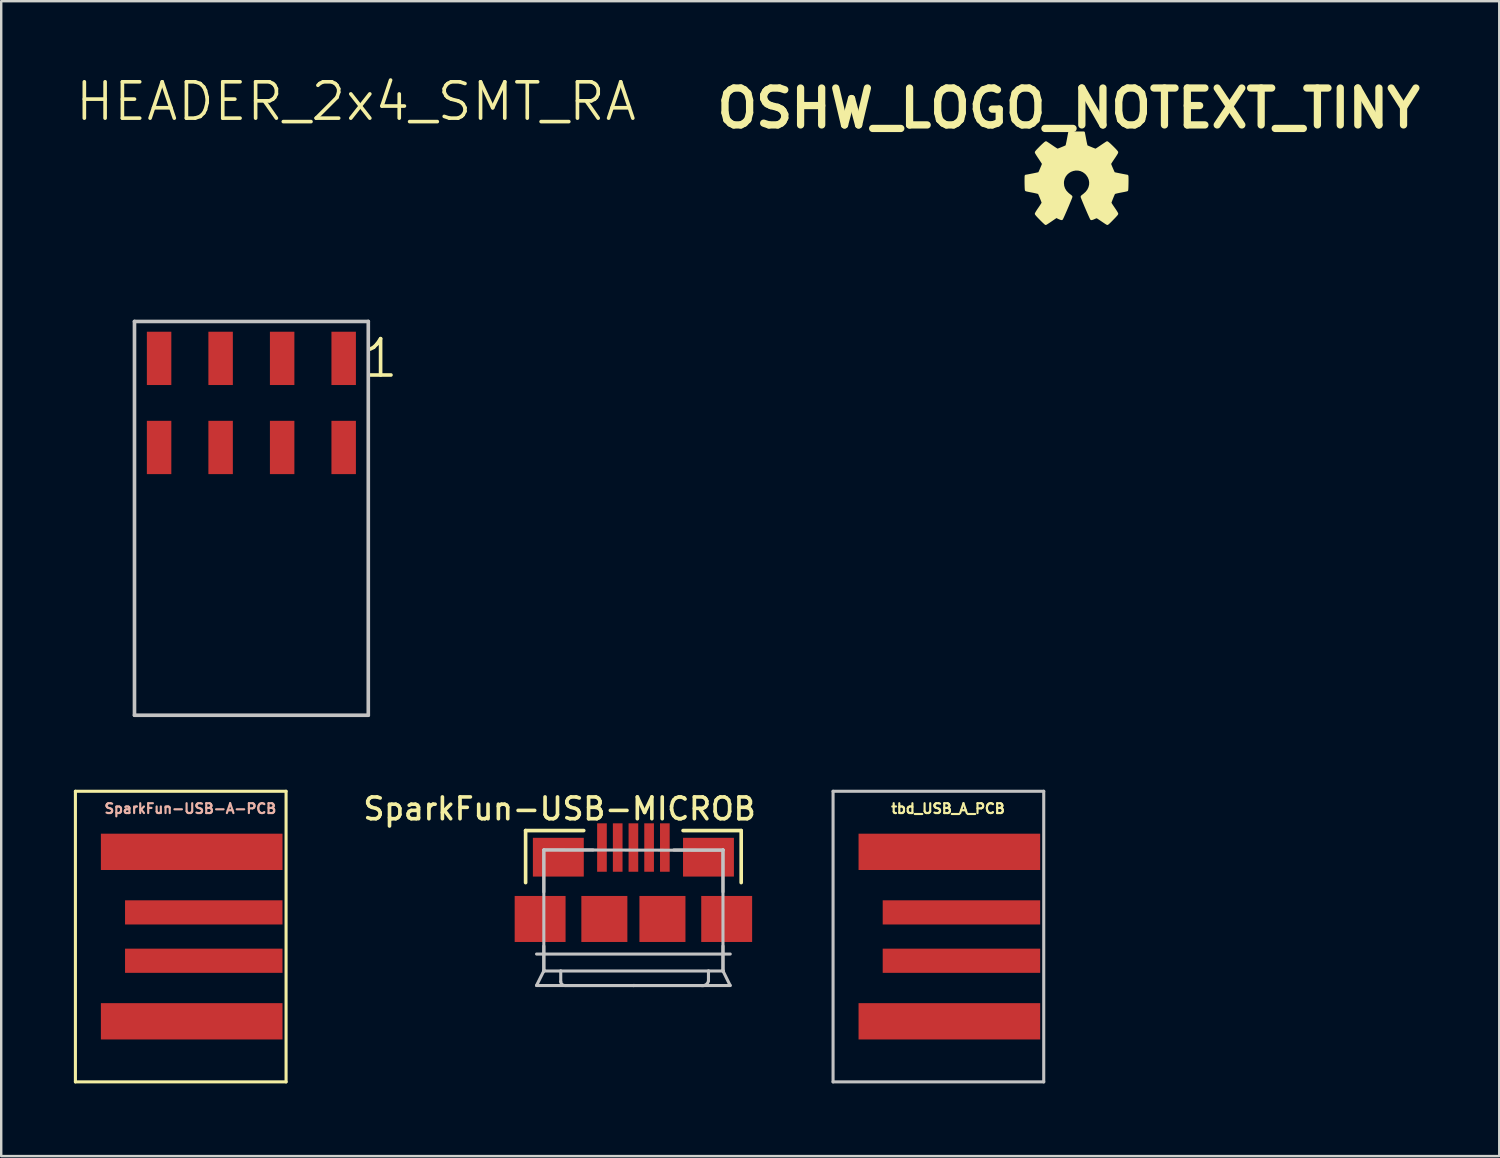
<source format=kicad_pcb>
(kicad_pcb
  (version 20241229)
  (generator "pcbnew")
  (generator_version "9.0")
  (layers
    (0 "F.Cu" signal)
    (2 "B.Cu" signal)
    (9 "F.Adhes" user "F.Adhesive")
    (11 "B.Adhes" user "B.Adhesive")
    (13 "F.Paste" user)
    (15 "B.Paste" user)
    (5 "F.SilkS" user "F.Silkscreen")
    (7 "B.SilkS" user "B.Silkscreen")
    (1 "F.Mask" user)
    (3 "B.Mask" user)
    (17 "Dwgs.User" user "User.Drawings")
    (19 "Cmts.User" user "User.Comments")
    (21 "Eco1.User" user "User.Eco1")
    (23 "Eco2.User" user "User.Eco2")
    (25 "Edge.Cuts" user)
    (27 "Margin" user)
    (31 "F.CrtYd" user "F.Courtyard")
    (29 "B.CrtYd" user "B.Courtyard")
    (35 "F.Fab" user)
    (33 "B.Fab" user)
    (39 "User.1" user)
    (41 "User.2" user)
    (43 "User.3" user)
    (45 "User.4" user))
  (footprint "SparkFun-USB-A-PCB"
    (layer "F.Cu")
    (at 5.062 35.615)
    (property "Reference" "SparkFun-USB-A-PCB" (at -0.254 -5.283 0) (layer "B.SilkS") (effects (font (size 0.406 0.406) (thickness 0.089))))
    (attr smd)
    (fp_line (start -4.999 -5.999) (end 3.698 -5.999) (stroke (width 0.127) (type solid)) (layer "F.SilkS"))
    (fp_line (start -4.999 5.999) (end -4.999 -5.999) (stroke (width 0.127) (type solid)) (layer "F.SilkS"))
    (fp_line (start 3.698 -5.999) (end 3.698 5.999) (stroke (width 0.127) (type solid)) (layer "F.SilkS"))
    (fp_line (start 3.698 5.999) (end -4.999 5.999) (stroke (width 0.127) (type solid)) (layer "F.SilkS"))
    (pad "5V" smd rect (at -0.198 3.498) (size 7.498 1.499) (layers "F.Cu" "F.Mask" "F.Paste"))
    (pad "DN" smd rect (at 0.3 0.998) (size 6.5 0.998) (layers "F.Cu" "F.Mask" "F.Paste"))
    (pad "DP" smd rect (at 0.3 -0.998) (size 6.5 0.998) (layers "F.Cu" "F.Mask" "F.Paste"))
    (pad "GND" smd rect (at -0.198 -3.498) (size 7.498 1.499) (layers "F.Cu" "F.Mask" "F.Paste")))
  (footprint "OSHW_LOGO_NOTEXT_TINY"
    (layer "F.Cu")
    (at 41.386 4.339)
    (property "Reference" "OSHW_LOGO_NOTEXT_TINY" (at -0.318 -2.921 0) (layer "F.SilkS") (effects (font (size 1.524 1.524) (thickness 0.3))))
    (attr through_hole)
    (fp_poly (pts (xy 2.104 0.045) (xy 2.103 0.12) (xy 2.102 0.199) (xy 2.1 0.275) (xy 2.098 0.344) (xy 2.095 0.401) (xy 2.092 0.441) (xy 2.089 0.458) (xy 2.089 0.459) (xy 2.071 0.464) (xy 2.03 0.473) (xy 1.971 0.486) (xy 1.898 0.5) (xy 1.826 0.514) (xy 1.744 0.53) (xy 1.671 0.546) (xy 1.613 0.561) (xy 1.575 0.573) (xy 1.56 0.58) (xy 1.549 0.6) (xy 1.53 0.64) (xy 1.506 0.695) (xy 1.48 0.758) (xy 1.454 0.823) (xy 1.43 0.884) (xy 1.411 0.936) (xy 1.4 0.973) (xy 1.397 0.985) (xy 1.405 1.003) (xy 1.426 1.039) (xy 1.458 1.09) (xy 1.499 1.151) (xy 1.538 1.209) (xy 1.584 1.276) (xy 1.624 1.338) (xy 1.655 1.388) (xy 1.674 1.423) (xy 1.679 1.437) (xy 1.67 1.453) (xy 1.644 1.484) (xy 1.605 1.528) (xy 1.557 1.58) (xy 1.503 1.635) (xy 1.448 1.692) (xy 1.395 1.745) (xy 1.348 1.791) (xy 1.31 1.825) (xy 1.286 1.845) (xy 1.279 1.849) (xy 1.264 1.841) (xy 1.23 1.82) (xy 1.181 1.788) (xy 1.121 1.748) (xy 1.071 1.714) (xy 1.005 1.669) (xy 0.945 1.629) (xy 0.897 1.597) (xy 0.864 1.577) (xy 0.852 1.571) (xy 0.829 1.573) (xy 0.789 1.585) (xy 0.74 1.606) (xy 0.734 1.609) (xy 0.685 1.63) (xy 0.644 1.644) (xy 0.62 1.648) (xy 0.618 1.648) (xy 0.61 1.634) (xy 0.592 1.598) (xy 0.567 1.543) (xy 0.535 1.472) (xy 0.499 1.391) (xy 0.46 1.301) (xy 0.42 1.207) (xy 0.379 1.112) (xy 0.341 1.02) (xy 0.305 0.935) (xy 0.274 0.86) (xy 0.25 0.799) (xy 0.233 0.755) (xy 0.226 0.733) (xy 0.226 0.731) (xy 0.236 0.719) (xy 0.265 0.695) (xy 0.305 0.664) (xy 0.324 0.65) (xy 0.422 0.561) (xy 0.497 0.461) (xy 0.548 0.353) (xy 0.576 0.24) (xy 0.579 0.125) (xy 0.557 0.012) (xy 0.511 -0.097) (xy 0.44 -0.199) (xy 0.389 -0.252) (xy 0.292 -0.324) (xy 0.187 -0.372) (xy 0.079 -0.396) (xy -0.031 -0.398) (xy -0.138 -0.379) (xy -0.24 -0.341) (xy -0.334 -0.285) (xy -0.415 -0.213) (xy -0.482 -0.125) (xy -0.531 -0.024) (xy -0.559 0.09) (xy -0.564 0.169) (xy -0.551 0.295) (xy -0.511 0.412) (xy -0.446 0.519) (xy -0.354 0.614) (xy -0.31 0.65) (xy -0.266 0.683) (xy -0.232 0.711) (xy -0.213 0.728) (xy -0.212 0.731) (xy -0.217 0.75) (xy -0.232 0.79) (xy -0.255 0.849) (xy -0.285 0.921) (xy -0.32 1.005) (xy -0.358 1.096) (xy -0.399 1.191) (xy -0.439 1.285) (xy -0.479 1.376) (xy -0.515 1.459) (xy -0.548 1.532) (xy -0.574 1.59) (xy -0.594 1.629) (xy -0.604 1.647) (xy -0.604 1.648) (xy -0.626 1.645) (xy -0.665 1.632) (xy -0.713 1.611) (xy -0.725 1.606) (xy -0.826 1.556) (xy -1.039 1.702) (xy -1.108 1.749) (xy -1.169 1.789) (xy -1.218 1.821) (xy -1.251 1.842) (xy -1.265 1.849) (xy -1.279 1.839) (xy -1.308 1.812) (xy -1.352 1.772) (xy -1.405 1.72) (xy -1.465 1.661) (xy -1.471 1.654) (xy -1.531 1.593) (xy -1.584 1.537) (xy -1.626 1.49) (xy -1.654 1.456) (xy -1.665 1.437) (xy -1.665 1.437) (xy -1.657 1.418) (xy -1.636 1.38) (xy -1.604 1.328) (xy -1.563 1.265) (xy -1.524 1.209) (xy -1.478 1.141) (xy -1.439 1.081) (xy -1.408 1.032) (xy -1.388 0.998) (xy -1.383 0.985) (xy -1.388 0.964) (xy -1.402 0.922) (xy -1.423 0.866) (xy -1.448 0.803) (xy -1.474 0.738) (xy -1.5 0.677) (xy -1.522 0.626) (xy -1.539 0.592) (xy -1.546 0.58) (xy -1.566 0.571) (xy -1.608 0.559) (xy -1.669 0.544) (xy -1.744 0.527) (xy -1.812 0.514) (xy -1.893 0.498) (xy -1.964 0.484) (xy -2.022 0.472) (xy -2.06 0.463) (xy -2.074 0.459) (xy -2.078 0.443) (xy -2.081 0.405) (xy -2.084 0.35) (xy -2.086 0.281) (xy -2.088 0.205) (xy -2.089 0.127) (xy -2.089 0.051) (xy -2.089 -0.018) (xy -2.088 -0.073) (xy -2.086 -0.111) (xy -2.084 -0.127) (xy -2.083 -0.127) (xy -2.061 -0.13) (xy -2.018 -0.137) (xy -1.959 -0.148) (xy -1.89 -0.161) (xy -1.815 -0.176) (xy -1.739 -0.191) (xy -1.668 -0.206) (xy -1.608 -0.219) (xy -1.563 -0.229) (xy -1.538 -0.236) (xy -1.535 -0.237) (xy -1.525 -0.255) (xy -1.507 -0.292) (xy -1.483 -0.344) (xy -1.457 -0.405) (xy -1.43 -0.468) (xy -1.405 -0.527) (xy -1.385 -0.578) (xy -1.372 -0.613) (xy -1.369 -0.626) (xy -1.376 -0.643) (xy -1.398 -0.679) (xy -1.43 -0.73) (xy -1.471 -0.792) (xy -1.517 -0.861) (xy -1.564 -0.931) (xy -1.605 -0.994) (xy -1.637 -1.046) (xy -1.658 -1.082) (xy -1.665 -1.1) (xy -1.656 -1.118) (xy -1.629 -1.15) (xy -1.59 -1.194) (xy -1.541 -1.245) (xy -1.487 -1.3) (xy -1.431 -1.355) (xy -1.377 -1.407) (xy -1.328 -1.451) (xy -1.289 -1.485) (xy -1.262 -1.504) (xy -1.254 -1.507) (xy -1.236 -1.497) (xy -1.2 -1.473) (xy -1.148 -1.439) (xy -1.086 -1.397) (xy -1.016 -1.349) (xy -0.947 -1.302) (xy -0.885 -1.261) (xy -0.834 -1.229) (xy -0.799 -1.207) (xy -0.783 -1.199) (xy -0.783 -1.199) (xy -0.763 -1.205) (xy -0.723 -1.219) (xy -0.67 -1.239) (xy -0.609 -1.263) (xy -0.547 -1.289) (xy -0.489 -1.313) (xy -0.442 -1.334) (xy -0.412 -1.349) (xy -0.404 -1.354) (xy -0.398 -1.372) (xy -0.387 -1.412) (xy -0.374 -1.472) (xy -0.358 -1.546) (xy -0.342 -1.629) (xy -0.34 -1.64) (xy -0.289 -1.912) (xy 0.007 -1.912) (xy 0.303 -1.912) (xy 0.354 -1.64) (xy 0.37 -1.555) (xy 0.386 -1.48) (xy 0.4 -1.418) (xy 0.411 -1.375) (xy 0.418 -1.355) (xy 0.418 -1.354) (xy 0.436 -1.344) (xy 0.474 -1.326) (xy 0.526 -1.304) (xy 0.586 -1.279) (xy 0.649 -1.253) (xy 0.707 -1.23) (xy 0.755 -1.212) (xy 0.788 -1.201) (xy 0.797 -1.199) (xy 0.813 -1.207) (xy 0.848 -1.228) (xy 0.899 -1.261) (xy 0.961 -1.302) (xy 1.03 -1.349) (xy 1.03 -1.349) (xy 1.1 -1.397) (xy 1.163 -1.439) (xy 1.215 -1.473) (xy 1.251 -1.497) (xy 1.268 -1.507) (xy 1.283 -1.499) (xy 1.314 -1.475) (xy 1.357 -1.438) (xy 1.408 -1.39) (xy 1.463 -1.337) (xy 1.519 -1.282) (xy 1.572 -1.228) (xy 1.618 -1.179) (xy 1.653 -1.138) (xy 1.675 -1.11) (xy 1.679 -1.1) (xy 1.672 -1.082) (xy 1.65 -1.044) (xy 1.618 -0.992) (xy 1.577 -0.929) (xy 1.531 -0.861) (xy 1.484 -0.791) (xy 1.443 -0.729) (xy 1.411 -0.678) (xy 1.39 -0.642) (xy 1.383 -0.626) (xy 1.388 -0.607) (xy 1.403 -0.568) (xy 1.424 -0.515) (xy 1.45 -0.454) (xy 1.477 -0.391) (xy 1.503 -0.332) (xy 1.525 -0.283) (xy 1.542 -0.249) (xy 1.549 -0.237) (xy 1.565 -0.232) (xy 1.603 -0.223) (xy 1.658 -0.211) (xy 1.725 -0.197) (xy 1.8 -0.182) (xy 1.876 -0.167) (xy 1.948 -0.153) (xy 2.012 -0.141) (xy 2.061 -0.132) (xy 2.092 -0.127) (xy 2.097 -0.127) (xy 2.1 -0.114) (xy 2.102 -0.077) (xy 2.103 -0.023) (xy 2.104 0.045)) (stroke (width 0.1) (type solid)) (fill yes) (layer "F.SilkS")))
  (footprint "tbd_USB_A_PCB"
    (layer "F.Cu")
    (at 36.341 35.615)
    (property "Reference" "tbd_USB_A_PCB" (at -0.254 -5.283 0) (layer "F.SilkS") (effects (font (size 0.406 0.406) (thickness 0.089))))
    (attr smd)
    (fp_line (start -4.999 -5.999) (end 3.698 -5.999) (stroke (width 0.127) (type solid)) (layer "Dwgs.User"))
    (fp_line (start -4.999 5.999) (end -4.999 -5.999) (stroke (width 0.127) (type solid)) (layer "Dwgs.User"))
    (fp_line (start 3.698 -5.999) (end 3.698 5.999) (stroke (width 0.127) (type solid)) (layer "Dwgs.User"))
    (fp_line (start 3.698 5.999) (end -4.999 5.999) (stroke (width 0.127) (type solid)) (layer "Dwgs.User"))
    (pad "5V" smd rect (at -0.198 3.498) (size 7.498 1.499) (layers "F.Cu" "F.Mask" "F.Paste"))
    (pad "DN" smd rect (at 0.3 0.998) (size 6.5 0.998) (layers "F.Cu" "F.Mask" "F.Paste"))
    (pad "DP" smd rect (at 0.3 -0.998) (size 6.5 0.998) (layers "F.Cu" "F.Mask" "F.Paste"))
    (pad "GND" smd rect (at -0.198 -3.498) (size 7.498 1.499) (layers "F.Cu" "F.Mask" "F.Paste")))
  (footprint "SparkFun-USB-MICROB"
    (layer "F.Cu")
    (at 23.099 34.888)
    (property "Reference" "SparkFun-USB-MICROB" (at -3.048 -4.547 0) (layer "F.SilkS") (effects (font (size 0.899 0.899) (thickness 0.15))))
    (attr smd)
    (fp_line (start -4.45 -3.65) (end -4.45 -1.501) (stroke (width 0.15) (type solid)) (layer "F.SilkS"))
    (fp_line (start -2.05 -3.65) (end -4.45 -3.65) (stroke (width 0.15) (type solid)) (layer "F.SilkS"))
    (fp_line (start 2.05 -3.65) (end 4.45 -3.65) (stroke (width 0.15) (type solid)) (layer "F.SilkS"))
    (fp_line (start 4.45 -3.65) (end 4.45 -1.501) (stroke (width 0.15) (type solid)) (layer "F.SilkS"))
    (fp_line (start -3.998 1.448) (end 3.998 1.448) (stroke (width 0.127) (type solid)) (layer "Dwgs.User"))
    (fp_line (start -3.998 2.748) (end 3.998 2.748) (stroke (width 0.127) (type solid)) (layer "Dwgs.User"))
    (fp_line (start -3.698 -2.85) (end -3.698 -1.115) (stroke (width 0.127) (type solid)) (layer "Dwgs.User"))
    (fp_line (start -3.698 -2.85) (end -1.669 -2.85) (stroke (width 0.127) (type solid)) (layer "Dwgs.User"))
    (fp_line (start -3.698 -2.85) (end 3.698 -2.835) (stroke (width 0.127) (type solid)) (layer "Dwgs.User"))
    (fp_line (start -3.698 2.149) (end -3.698 -2.85) (stroke (width 0.127) (type solid)) (layer "Dwgs.User"))
    (fp_line (start -3.698 2.149) (end -3.698 1.118) (stroke (width 0.127) (type solid)) (layer "Dwgs.User"))
    (fp_line (start -3.683 2.113) (end -3.998 2.743) (stroke (width 0.127) (type solid)) (layer "Dwgs.User"))
    (fp_line (start -3 2.149) (end -3.698 2.149) (stroke (width 0.127) (type solid)) (layer "Dwgs.User"))
    (fp_line (start -3 2.149) (end -3 2.583) (stroke (width 0.127) (type solid)) (layer "Dwgs.User"))
    (fp_line (start -2.819 2.748) (end 0 2.748) (stroke (width 0.127) (type solid)) (layer "Dwgs.User"))
    (fp_line (start 2.819 2.748) (end 0 2.748) (stroke (width 0.127) (type solid)) (layer "Dwgs.User"))
    (fp_line (start 3.099 2.149) (end -3 2.149) (stroke (width 0.127) (type solid)) (layer "Dwgs.User"))
    (fp_line (start 3.099 2.149) (end 3.099 2.553) (stroke (width 0.127) (type solid)) (layer "Dwgs.User"))
    (fp_line (start 3.688 2.123) (end 3.993 2.743) (stroke (width 0.127) (type solid)) (layer "Dwgs.User"))
    (fp_line (start 3.698 -2.85) (end 1.669 -2.85) (stroke (width 0.127) (type solid)) (layer "Dwgs.User"))
    (fp_line (start 3.698 -2.85) (end 3.698 -1.12) (stroke (width 0.127) (type solid)) (layer "Dwgs.User"))
    (fp_line (start 3.698 2.149) (end 3.099 2.149) (stroke (width 0.127) (type solid)) (layer "Dwgs.User"))
    (fp_line (start 3.698 2.149) (end 3.698 -2.85) (stroke (width 0.127) (type solid)) (layer "Dwgs.User"))
    (fp_line (start 3.698 2.149) (end 3.698 1.118) (stroke (width 0.127) (type solid)) (layer "Dwgs.User"))
    (fp_line (start 3.708 -2.85) (end 3.698 -2.85) (stroke (width 0.127) (type solid)) (layer "Dwgs.User"))
    (fp_line (start 3.708 2.144) (end 3.698 2.149) (stroke (width 0.127) (type solid)) (layer "Dwgs.User"))
    (fp_arc (start -2.8194 2.74828) (mid -2.943763 2.70308) (end -2.99974 2.58318) (stroke (width 0.127) (type solid)) (layer "Dwgs.User"))
    (fp_arc (start 0.02286 2.7432) (mid 0.011212 2.751001) (end -0.00254 2.74828) (stroke (width 0.127) (type solid)) (layer "Dwgs.User"))
    (fp_arc (start 3.0988 2.5527) (mid 3.000132 2.709626) (end 2.8194 2.75082) (stroke (width 0.127) (type solid)) (layer "Dwgs.User"))
    (pad "D+" smd rect (at 0 -2.949) (size 0.399 1.999) (layers "F.Cu" "F.Mask" "F.Paste"))
    (pad "D-" smd rect (at -0.648 -2.949) (size 0.399 1.999) (layers "F.Cu" "F.Mask" "F.Paste"))
    (pad "GND" smd rect (at 1.298 -2.949) (size 0.399 1.999) (layers "F.Cu" "F.Mask" "F.Paste"))
    (pad "ID" smd rect (at 0.648 -2.949) (size 0.399 1.999) (layers "F.Cu" "F.Mask" "F.Paste"))
    (pad "MTN1" smd rect (at -3.099 -2.55) (size 2.101 1.6) (layers "F.Cu" "F.Mask" "F.Paste"))
    (pad "MTN2" smd rect (at -3.851 0) (size 2.101 1.9) (layers "F.Cu" "F.Mask" "F.Paste"))
    (pad "MTN3" smd rect (at 3.099 -2.55) (size 2.101 1.6) (layers "F.Cu" "F.Mask" "F.Paste"))
    (pad "MTN4" smd rect (at 3.851 0) (size 2.101 1.9) (layers "F.Cu" "F.Mask" "F.Paste"))
    (pad "MTN5" smd rect (at -1.199 0) (size 1.9 1.9) (layers "F.Cu" "F.Mask" "F.Paste"))
    (pad "MTN6" smd rect (at 1.199 0) (size 1.9 1.9) (layers "F.Cu" "F.Mask" "F.Paste"))
    (pad "VBUS" smd rect (at -1.298 -2.949) (size 0.399 1.999) (layers "F.Cu" "F.Mask" "F.Paste")))
  (footprint "HEADER_2x4_SMT_RA"
    (layer "F.Cu")
    (at 11.138 11.745)
    (property "Reference" "HEADER_2x4_SMT_RA" (at 0.508 -10.604 0) (layer "F.SilkS") (effects (font (size 1.5 1.5) (thickness 0.15))))
    (attr through_hole)
    (fp_line (start -8.636 -1.524) (end 1.016 -1.524) (stroke (width 0.15) (type solid)) (layer "Dwgs.User"))
    (fp_line (start -8.636 14.732) (end -8.636 -1.524) (stroke (width 0.15) (type solid)) (layer "Dwgs.User"))
    (fp_line (start 1.016 -1.524) (end 1.016 14.732) (stroke (width 0.15) (type solid)) (layer "Dwgs.User"))
    (fp_line (start 1.016 14.732) (end -8.636 14.732) (stroke (width 0.15) (type solid)) (layer "Dwgs.User"))
    (fp_text user "1" (at 1.524 0 0) (layer "F.SilkS") (effects (font (size 1.5 1.5) (thickness 0.15))))
    (pad "1" smd rect (at 0 0) (size 1.01 2.2) (layers "F.Cu" "F.Mask" "F.Paste"))
    (pad "2" smd rect (at 0 3.678) (size 1.01 2.2) (layers "F.Cu" "F.Mask" "F.Paste"))
    (pad "3" smd rect (at -2.54 0) (size 1.01 2.2) (layers "F.Cu" "F.Mask" "F.Paste"))
    (pad "4" smd rect (at -2.54 3.678) (size 1.01 2.2) (layers "F.Cu" "F.Mask" "F.Paste"))
    (pad "5" smd rect (at -5.08 0) (size 1.01 2.2) (layers "F.Cu" "F.Mask" "F.Paste"))
    (pad "6" smd rect (at -5.08 3.678) (size 1.01 2.2) (layers "F.Cu" "F.Mask" "F.Paste"))
    (pad "7" smd rect (at -7.62 0) (size 1.01 2.2) (layers "F.Cu" "F.Mask" "F.Paste"))
    (pad "8" smd rect (at -7.62 3.678) (size 1.01 2.2) (layers "F.Cu" "F.Mask" "F.Paste")))
  (gr_rect
    (start -3 -3)
    (end 58.844 44.678)
    (stroke (width 0.1) (type default))
    (fill no)
    (layer "Edge.Cuts")))
</source>
